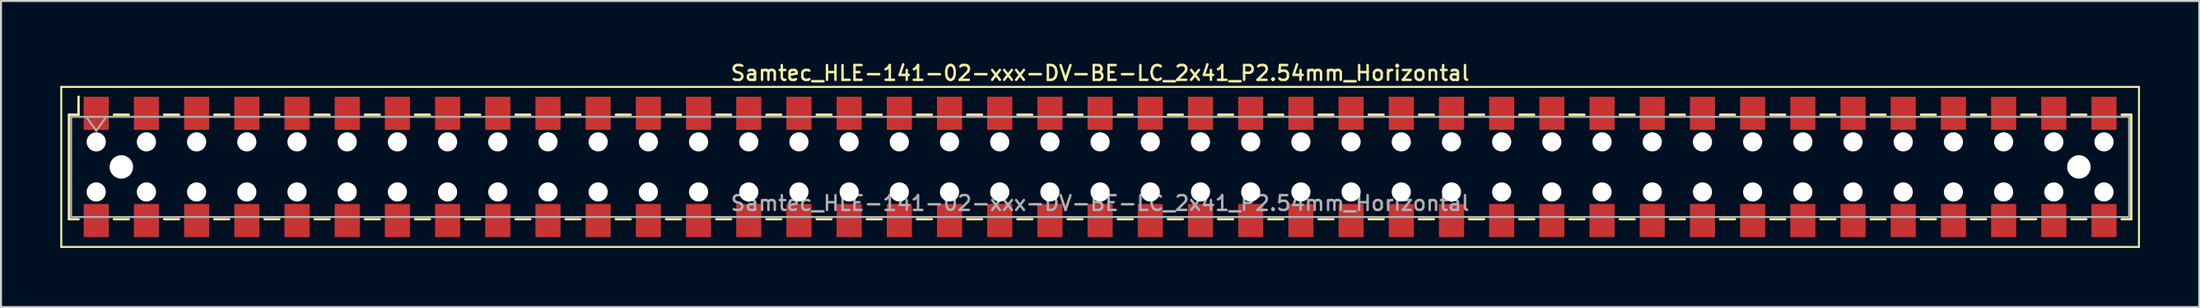
<source format=kicad_pcb>
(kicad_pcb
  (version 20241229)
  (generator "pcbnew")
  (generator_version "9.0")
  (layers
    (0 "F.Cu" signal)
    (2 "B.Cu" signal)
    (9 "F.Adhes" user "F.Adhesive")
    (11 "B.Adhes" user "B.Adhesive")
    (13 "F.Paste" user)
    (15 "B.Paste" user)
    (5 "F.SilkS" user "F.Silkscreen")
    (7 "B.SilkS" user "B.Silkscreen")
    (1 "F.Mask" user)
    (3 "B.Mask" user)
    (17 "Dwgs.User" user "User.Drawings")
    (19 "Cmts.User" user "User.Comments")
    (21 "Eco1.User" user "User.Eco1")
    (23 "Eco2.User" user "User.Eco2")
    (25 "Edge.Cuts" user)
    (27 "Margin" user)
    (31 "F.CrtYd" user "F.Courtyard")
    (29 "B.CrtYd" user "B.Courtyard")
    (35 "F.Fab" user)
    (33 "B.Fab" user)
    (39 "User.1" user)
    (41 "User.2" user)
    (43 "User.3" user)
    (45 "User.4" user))
  (footprint "Samtec_HLE-141-02-xxx-DV-BE-LC_2x41_P2.54mm_Horizontal"
    (layer "F.Cu")
    (at 52.62 5.418)
    (property "Reference" "Samtec_HLE-141-02-xxx-DV-BE-LC_2x41_P2.54mm_Horizontal" (at 0 -4.76 0) (layer "F.SilkS") (effects (font (size 0.75 0.75) (thickness 0.125))))
    (attr smd)
    (fp_line (start -52.57 -4.06) (end 52.57 -4.06) (stroke (width 0.1) (type solid)) (layer "F.SilkS"))
    (fp_line (start -52.57 4.06) (end -52.57 -4.06) (stroke (width 0.1) (type solid)) (layer "F.SilkS"))
    (fp_line (start -52.18 -2.65) (end -52.18 2.65) (stroke (width 0.12) (type solid)) (layer "F.SilkS"))
    (fp_line (start -52.18 2.65) (end -51.695 2.65) (stroke (width 0.12) (type solid)) (layer "F.SilkS"))
    (fp_line (start -51.695 -3.56) (end -51.695 -2.65) (stroke (width 0.12) (type solid)) (layer "F.SilkS"))
    (fp_line (start -51.695 -2.65) (end -52.18 -2.65) (stroke (width 0.12) (type solid)) (layer "F.SilkS"))
    (fp_line (start -49.905 -2.65) (end -49.155 -2.65) (stroke (width 0.12) (type solid)) (layer "F.SilkS"))
    (fp_line (start -49.905 2.65) (end -49.155 2.65) (stroke (width 0.12) (type solid)) (layer "F.SilkS"))
    (fp_line (start -47.365 -2.65) (end -46.615 -2.65) (stroke (width 0.12) (type solid)) (layer "F.SilkS"))
    (fp_line (start -47.365 2.65) (end -46.615 2.65) (stroke (width 0.12) (type solid)) (layer "F.SilkS"))
    (fp_line (start -44.825 -2.65) (end -44.075 -2.65) (stroke (width 0.12) (type solid)) (layer "F.SilkS"))
    (fp_line (start -44.825 2.65) (end -44.075 2.65) (stroke (width 0.12) (type solid)) (layer "F.SilkS"))
    (fp_line (start -42.285 -2.65) (end -41.535 -2.65) (stroke (width 0.12) (type solid)) (layer "F.SilkS"))
    (fp_line (start -42.285 2.65) (end -41.535 2.65) (stroke (width 0.12) (type solid)) (layer "F.SilkS"))
    (fp_line (start -39.745 -2.65) (end -38.995 -2.65) (stroke (width 0.12) (type solid)) (layer "F.SilkS"))
    (fp_line (start -39.745 2.65) (end -38.995 2.65) (stroke (width 0.12) (type solid)) (layer "F.SilkS"))
    (fp_line (start -37.205 -2.65) (end -36.455 -2.65) (stroke (width 0.12) (type solid)) (layer "F.SilkS"))
    (fp_line (start -37.205 2.65) (end -36.455 2.65) (stroke (width 0.12) (type solid)) (layer "F.SilkS"))
    (fp_line (start -34.665 -2.65) (end -33.915 -2.65) (stroke (width 0.12) (type solid)) (layer "F.SilkS"))
    (fp_line (start -34.665 2.65) (end -33.915 2.65) (stroke (width 0.12) (type solid)) (layer "F.SilkS"))
    (fp_line (start -32.125 -2.65) (end -31.375 -2.65) (stroke (width 0.12) (type solid)) (layer "F.SilkS"))
    (fp_line (start -32.125 2.65) (end -31.375 2.65) (stroke (width 0.12) (type solid)) (layer "F.SilkS"))
    (fp_line (start -29.585 -2.65) (end -28.835 -2.65) (stroke (width 0.12) (type solid)) (layer "F.SilkS"))
    (fp_line (start -29.585 2.65) (end -28.835 2.65) (stroke (width 0.12) (type solid)) (layer "F.SilkS"))
    (fp_line (start -27.045 -2.65) (end -26.295 -2.65) (stroke (width 0.12) (type solid)) (layer "F.SilkS"))
    (fp_line (start -27.045 2.65) (end -26.295 2.65) (stroke (width 0.12) (type solid)) (layer "F.SilkS"))
    (fp_line (start -24.505 -2.65) (end -23.755 -2.65) (stroke (width 0.12) (type solid)) (layer "F.SilkS"))
    (fp_line (start -24.505 2.65) (end -23.755 2.65) (stroke (width 0.12) (type solid)) (layer "F.SilkS"))
    (fp_line (start -21.965 -2.65) (end -21.215 -2.65) (stroke (width 0.12) (type solid)) (layer "F.SilkS"))
    (fp_line (start -21.965 2.65) (end -21.215 2.65) (stroke (width 0.12) (type solid)) (layer "F.SilkS"))
    (fp_line (start -19.425 -2.65) (end -18.675 -2.65) (stroke (width 0.12) (type solid)) (layer "F.SilkS"))
    (fp_line (start -19.425 2.65) (end -18.675 2.65) (stroke (width 0.12) (type solid)) (layer "F.SilkS"))
    (fp_line (start -16.885 -2.65) (end -16.135 -2.65) (stroke (width 0.12) (type solid)) (layer "F.SilkS"))
    (fp_line (start -16.885 2.65) (end -16.135 2.65) (stroke (width 0.12) (type solid)) (layer "F.SilkS"))
    (fp_line (start -14.345 -2.65) (end -13.595 -2.65) (stroke (width 0.12) (type solid)) (layer "F.SilkS"))
    (fp_line (start -14.345 2.65) (end -13.595 2.65) (stroke (width 0.12) (type solid)) (layer "F.SilkS"))
    (fp_line (start -11.805 -2.65) (end -11.055 -2.65) (stroke (width 0.12) (type solid)) (layer "F.SilkS"))
    (fp_line (start -11.805 2.65) (end -11.055 2.65) (stroke (width 0.12) (type solid)) (layer "F.SilkS"))
    (fp_line (start -9.265 -2.65) (end -8.515 -2.65) (stroke (width 0.12) (type solid)) (layer "F.SilkS"))
    (fp_line (start -9.265 2.65) (end -8.515 2.65) (stroke (width 0.12) (type solid)) (layer "F.SilkS"))
    (fp_line (start -6.725 -2.65) (end -5.975 -2.65) (stroke (width 0.12) (type solid)) (layer "F.SilkS"))
    (fp_line (start -6.725 2.65) (end -5.975 2.65) (stroke (width 0.12) (type solid)) (layer "F.SilkS"))
    (fp_line (start -4.185 -2.65) (end -3.435 -2.65) (stroke (width 0.12) (type solid)) (layer "F.SilkS"))
    (fp_line (start -4.185 2.65) (end -3.435 2.65) (stroke (width 0.12) (type solid)) (layer "F.SilkS"))
    (fp_line (start -1.645 -2.65) (end -0.895 -2.65) (stroke (width 0.12) (type solid)) (layer "F.SilkS"))
    (fp_line (start -1.645 2.65) (end -0.895 2.65) (stroke (width 0.12) (type solid)) (layer "F.SilkS"))
    (fp_line (start 0.895 -2.65) (end 1.645 -2.65) (stroke (width 0.12) (type solid)) (layer "F.SilkS"))
    (fp_line (start 0.895 2.65) (end 1.645 2.65) (stroke (width 0.12) (type solid)) (layer "F.SilkS"))
    (fp_line (start 3.435 -2.65) (end 4.185 -2.65) (stroke (width 0.12) (type solid)) (layer "F.SilkS"))
    (fp_line (start 3.435 2.65) (end 4.185 2.65) (stroke (width 0.12) (type solid)) (layer "F.SilkS"))
    (fp_line (start 5.975 -2.65) (end 6.725 -2.65) (stroke (width 0.12) (type solid)) (layer "F.SilkS"))
    (fp_line (start 5.975 2.65) (end 6.725 2.65) (stroke (width 0.12) (type solid)) (layer "F.SilkS"))
    (fp_line (start 8.515 -2.65) (end 9.265 -2.65) (stroke (width 0.12) (type solid)) (layer "F.SilkS"))
    (fp_line (start 8.515 2.65) (end 9.265 2.65) (stroke (width 0.12) (type solid)) (layer "F.SilkS"))
    (fp_line (start 11.055 -2.65) (end 11.805 -2.65) (stroke (width 0.12) (type solid)) (layer "F.SilkS"))
    (fp_line (start 11.055 2.65) (end 11.805 2.65) (stroke (width 0.12) (type solid)) (layer "F.SilkS"))
    (fp_line (start 13.595 -2.65) (end 14.345 -2.65) (stroke (width 0.12) (type solid)) (layer "F.SilkS"))
    (fp_line (start 13.595 2.65) (end 14.345 2.65) (stroke (width 0.12) (type solid)) (layer "F.SilkS"))
    (fp_line (start 16.135 -2.65) (end 16.885 -2.65) (stroke (width 0.12) (type solid)) (layer "F.SilkS"))
    (fp_line (start 16.135 2.65) (end 16.885 2.65) (stroke (width 0.12) (type solid)) (layer "F.SilkS"))
    (fp_line (start 18.675 -2.65) (end 19.425 -2.65) (stroke (width 0.12) (type solid)) (layer "F.SilkS"))
    (fp_line (start 18.675 2.65) (end 19.425 2.65) (stroke (width 0.12) (type solid)) (layer "F.SilkS"))
    (fp_line (start 21.215 -2.65) (end 21.965 -2.65) (stroke (width 0.12) (type solid)) (layer "F.SilkS"))
    (fp_line (start 21.215 2.65) (end 21.965 2.65) (stroke (width 0.12) (type solid)) (layer "F.SilkS"))
    (fp_line (start 23.755 -2.65) (end 24.505 -2.65) (stroke (width 0.12) (type solid)) (layer "F.SilkS"))
    (fp_line (start 23.755 2.65) (end 24.505 2.65) (stroke (width 0.12) (type solid)) (layer "F.SilkS"))
    (fp_line (start 26.295 -2.65) (end 27.045 -2.65) (stroke (width 0.12) (type solid)) (layer "F.SilkS"))
    (fp_line (start 26.295 2.65) (end 27.045 2.65) (stroke (width 0.12) (type solid)) (layer "F.SilkS"))
    (fp_line (start 28.835 -2.65) (end 29.585 -2.65) (stroke (width 0.12) (type solid)) (layer "F.SilkS"))
    (fp_line (start 28.835 2.65) (end 29.585 2.65) (stroke (width 0.12) (type solid)) (layer "F.SilkS"))
    (fp_line (start 31.375 -2.65) (end 32.125 -2.65) (stroke (width 0.12) (type solid)) (layer "F.SilkS"))
    (fp_line (start 31.375 2.65) (end 32.125 2.65) (stroke (width 0.12) (type solid)) (layer "F.SilkS"))
    (fp_line (start 33.915 -2.65) (end 34.665 -2.65) (stroke (width 0.12) (type solid)) (layer "F.SilkS"))
    (fp_line (start 33.915 2.65) (end 34.665 2.65) (stroke (width 0.12) (type solid)) (layer "F.SilkS"))
    (fp_line (start 36.455 -2.65) (end 37.205 -2.65) (stroke (width 0.12) (type solid)) (layer "F.SilkS"))
    (fp_line (start 36.455 2.65) (end 37.205 2.65) (stroke (width 0.12) (type solid)) (layer "F.SilkS"))
    (fp_line (start 38.995 -2.65) (end 39.745 -2.65) (stroke (width 0.12) (type solid)) (layer "F.SilkS"))
    (fp_line (start 38.995 2.65) (end 39.745 2.65) (stroke (width 0.12) (type solid)) (layer "F.SilkS"))
    (fp_line (start 41.535 -2.65) (end 42.285 -2.65) (stroke (width 0.12) (type solid)) (layer "F.SilkS"))
    (fp_line (start 41.535 2.65) (end 42.285 2.65) (stroke (width 0.12) (type solid)) (layer "F.SilkS"))
    (fp_line (start 44.075 -2.65) (end 44.825 -2.65) (stroke (width 0.12) (type solid)) (layer "F.SilkS"))
    (fp_line (start 44.075 2.65) (end 44.825 2.65) (stroke (width 0.12) (type solid)) (layer "F.SilkS"))
    (fp_line (start 46.615 -2.65) (end 47.365 -2.65) (stroke (width 0.12) (type solid)) (layer "F.SilkS"))
    (fp_line (start 46.615 2.65) (end 47.365 2.65) (stroke (width 0.12) (type solid)) (layer "F.SilkS"))
    (fp_line (start 49.155 -2.65) (end 49.905 -2.65) (stroke (width 0.12) (type solid)) (layer "F.SilkS"))
    (fp_line (start 49.155 2.65) (end 49.905 2.65) (stroke (width 0.12) (type solid)) (layer "F.SilkS"))
    (fp_line (start 51.695 -2.65) (end 52.18 -2.65) (stroke (width 0.12) (type solid)) (layer "F.SilkS"))
    (fp_line (start 52.18 -2.65) (end 52.18 2.65) (stroke (width 0.12) (type solid)) (layer "F.SilkS"))
    (fp_line (start 52.18 2.65) (end 51.695 2.65) (stroke (width 0.12) (type solid)) (layer "F.SilkS"))
    (fp_line (start 52.57 -4.06) (end 52.57 4.06) (stroke (width 0.1) (type solid)) (layer "F.SilkS"))
    (fp_line (start 52.57 4.06) (end -52.57 4.06) (stroke (width 0.1) (type solid)) (layer "F.SilkS"))
    (fp_line (start -52.07 -2.54) (end 52.07 -2.54) (stroke (width 0.1) (type solid)) (layer "F.Fab"))
    (fp_line (start -52.07 2.54) (end -52.07 -2.54) (stroke (width 0.1) (type solid)) (layer "F.Fab"))
    (fp_line (start -51.3 -2.54) (end -50.8 -1.833) (stroke (width 0.1) (type solid)) (layer "F.Fab"))
    (fp_line (start -50.8 -1.833) (end -50.3 -2.54) (stroke (width 0.1) (type solid)) (layer "F.Fab"))
    (fp_line (start 52.07 -2.54) (end 52.07 2.54) (stroke (width 0.1) (type solid)) (layer "F.Fab"))
    (fp_line (start 52.07 2.54) (end -52.07 2.54) (stroke (width 0.1) (type solid)) (layer "F.Fab"))
    (fp_text user "${REFERENCE}" (at 0 1.84 0) (layer "F.Fab") (effects (font (size 0.75 0.75) (thickness 0.125))))
    (pad "" np_thru_hole circle (at -50.8 -1.27) (size 0.97 0.97) (drill 0.97) (layers "*.Cu" "*.Mask"))
    (pad "" np_thru_hole circle (at -50.8 1.27) (size 0.97 0.97) (drill 0.97) (layers "*.Cu" "*.Mask"))
    (pad "" np_thru_hole circle (at -49.53 0) (size 1.19 1.19) (drill 1.19) (layers "*.Cu" "*.Mask"))
    (pad "" np_thru_hole circle (at -48.26 -1.27) (size 0.97 0.97) (drill 0.97) (layers "*.Cu" "*.Mask"))
    (pad "" np_thru_hole circle (at -48.26 1.27) (size 0.97 0.97) (drill 0.97) (layers "*.Cu" "*.Mask"))
    (pad "" np_thru_hole circle (at -45.72 -1.27) (size 0.97 0.97) (drill 0.97) (layers "*.Cu" "*.Mask"))
    (pad "" np_thru_hole circle (at -45.72 1.27) (size 0.97 0.97) (drill 0.97) (layers "*.Cu" "*.Mask"))
    (pad "" np_thru_hole circle (at -43.18 -1.27) (size 0.97 0.97) (drill 0.97) (layers "*.Cu" "*.Mask"))
    (pad "" np_thru_hole circle (at -43.18 1.27) (size 0.97 0.97) (drill 0.97) (layers "*.Cu" "*.Mask"))
    (pad "" np_thru_hole circle (at -40.64 -1.27) (size 0.97 0.97) (drill 0.97) (layers "*.Cu" "*.Mask"))
    (pad "" np_thru_hole circle (at -40.64 1.27) (size 0.97 0.97) (drill 0.97) (layers "*.Cu" "*.Mask"))
    (pad "" np_thru_hole circle (at -38.1 -1.27) (size 0.97 0.97) (drill 0.97) (layers "*.Cu" "*.Mask"))
    (pad "" np_thru_hole circle (at -38.1 1.27) (size 0.97 0.97) (drill 0.97) (layers "*.Cu" "*.Mask"))
    (pad "" np_thru_hole circle (at -35.56 -1.27) (size 0.97 0.97) (drill 0.97) (layers "*.Cu" "*.Mask"))
    (pad "" np_thru_hole circle (at -35.56 1.27) (size 0.97 0.97) (drill 0.97) (layers "*.Cu" "*.Mask"))
    (pad "" np_thru_hole circle (at -33.02 -1.27) (size 0.97 0.97) (drill 0.97) (layers "*.Cu" "*.Mask"))
    (pad "" np_thru_hole circle (at -33.02 1.27) (size 0.97 0.97) (drill 0.97) (layers "*.Cu" "*.Mask"))
    (pad "" np_thru_hole circle (at -30.48 -1.27) (size 0.97 0.97) (drill 0.97) (layers "*.Cu" "*.Mask"))
    (pad "" np_thru_hole circle (at -30.48 1.27) (size 0.97 0.97) (drill 0.97) (layers "*.Cu" "*.Mask"))
    (pad "" np_thru_hole circle (at -27.94 -1.27) (size 0.97 0.97) (drill 0.97) (layers "*.Cu" "*.Mask"))
    (pad "" np_thru_hole circle (at -27.94 1.27) (size 0.97 0.97) (drill 0.97) (layers "*.Cu" "*.Mask"))
    (pad "" np_thru_hole circle (at -25.4 -1.27) (size 0.97 0.97) (drill 0.97) (layers "*.Cu" "*.Mask"))
    (pad "" np_thru_hole circle (at -25.4 1.27) (size 0.97 0.97) (drill 0.97) (layers "*.Cu" "*.Mask"))
    (pad "" np_thru_hole circle (at -22.86 -1.27) (size 0.97 0.97) (drill 0.97) (layers "*.Cu" "*.Mask"))
    (pad "" np_thru_hole circle (at -22.86 1.27) (size 0.97 0.97) (drill 0.97) (layers "*.Cu" "*.Mask"))
    (pad "" np_thru_hole circle (at -20.32 -1.27) (size 0.97 0.97) (drill 0.97) (layers "*.Cu" "*.Mask"))
    (pad "" np_thru_hole circle (at -20.32 1.27) (size 0.97 0.97) (drill 0.97) (layers "*.Cu" "*.Mask"))
    (pad "" np_thru_hole circle (at -17.78 -1.27) (size 0.97 0.97) (drill 0.97) (layers "*.Cu" "*.Mask"))
    (pad "" np_thru_hole circle (at -17.78 1.27) (size 0.97 0.97) (drill 0.97) (layers "*.Cu" "*.Mask"))
    (pad "" np_thru_hole circle (at -15.24 -1.27) (size 0.97 0.97) (drill 0.97) (layers "*.Cu" "*.Mask"))
    (pad "" np_thru_hole circle (at -15.24 1.27) (size 0.97 0.97) (drill 0.97) (layers "*.Cu" "*.Mask"))
    (pad "" np_thru_hole circle (at -12.7 -1.27) (size 0.97 0.97) (drill 0.97) (layers "*.Cu" "*.Mask"))
    (pad "" np_thru_hole circle (at -12.7 1.27) (size 0.97 0.97) (drill 0.97) (layers "*.Cu" "*.Mask"))
    (pad "" np_thru_hole circle (at -10.16 -1.27) (size 0.97 0.97) (drill 0.97) (layers "*.Cu" "*.Mask"))
    (pad "" np_thru_hole circle (at -10.16 1.27) (size 0.97 0.97) (drill 0.97) (layers "*.Cu" "*.Mask"))
    (pad "" np_thru_hole circle (at -7.62 -1.27) (size 0.97 0.97) (drill 0.97) (layers "*.Cu" "*.Mask"))
    (pad "" np_thru_hole circle (at -7.62 1.27) (size 0.97 0.97) (drill 0.97) (layers "*.Cu" "*.Mask"))
    (pad "" np_thru_hole circle (at -5.08 -1.27) (size 0.97 0.97) (drill 0.97) (layers "*.Cu" "*.Mask"))
    (pad "" np_thru_hole circle (at -5.08 1.27) (size 0.97 0.97) (drill 0.97) (layers "*.Cu" "*.Mask"))
    (pad "" np_thru_hole circle (at -2.54 -1.27) (size 0.97 0.97) (drill 0.97) (layers "*.Cu" "*.Mask"))
    (pad "" np_thru_hole circle (at -2.54 1.27) (size 0.97 0.97) (drill 0.97) (layers "*.Cu" "*.Mask"))
    (pad "" np_thru_hole circle (at 0 -1.27) (size 0.97 0.97) (drill 0.97) (layers "*.Cu" "*.Mask"))
    (pad "" np_thru_hole circle (at 0 1.27) (size 0.97 0.97) (drill 0.97) (layers "*.Cu" "*.Mask"))
    (pad "" np_thru_hole circle (at 2.54 -1.27) (size 0.97 0.97) (drill 0.97) (layers "*.Cu" "*.Mask"))
    (pad "" np_thru_hole circle (at 2.54 1.27) (size 0.97 0.97) (drill 0.97) (layers "*.Cu" "*.Mask"))
    (pad "" np_thru_hole circle (at 5.08 -1.27) (size 0.97 0.97) (drill 0.97) (layers "*.Cu" "*.Mask"))
    (pad "" np_thru_hole circle (at 5.08 1.27) (size 0.97 0.97) (drill 0.97) (layers "*.Cu" "*.Mask"))
    (pad "" np_thru_hole circle (at 7.62 -1.27) (size 0.97 0.97) (drill 0.97) (layers "*.Cu" "*.Mask"))
    (pad "" np_thru_hole circle (at 7.62 1.27) (size 0.97 0.97) (drill 0.97) (layers "*.Cu" "*.Mask"))
    (pad "" np_thru_hole circle (at 10.16 -1.27) (size 0.97 0.97) (drill 0.97) (layers "*.Cu" "*.Mask"))
    (pad "" np_thru_hole circle (at 10.16 1.27) (size 0.97 0.97) (drill 0.97) (layers "*.Cu" "*.Mask"))
    (pad "" np_thru_hole circle (at 12.7 -1.27) (size 0.97 0.97) (drill 0.97) (layers "*.Cu" "*.Mask"))
    (pad "" np_thru_hole circle (at 12.7 1.27) (size 0.97 0.97) (drill 0.97) (layers "*.Cu" "*.Mask"))
    (pad "" np_thru_hole circle (at 15.24 -1.27) (size 0.97 0.97) (drill 0.97) (layers "*.Cu" "*.Mask"))
    (pad "" np_thru_hole circle (at 15.24 1.27) (size 0.97 0.97) (drill 0.97) (layers "*.Cu" "*.Mask"))
    (pad "" np_thru_hole circle (at 17.78 -1.27) (size 0.97 0.97) (drill 0.97) (layers "*.Cu" "*.Mask"))
    (pad "" np_thru_hole circle (at 17.78 1.27) (size 0.97 0.97) (drill 0.97) (layers "*.Cu" "*.Mask"))
    (pad "" np_thru_hole circle (at 20.32 -1.27) (size 0.97 0.97) (drill 0.97) (layers "*.Cu" "*.Mask"))
    (pad "" np_thru_hole circle (at 20.32 1.27) (size 0.97 0.97) (drill 0.97) (layers "*.Cu" "*.Mask"))
    (pad "" np_thru_hole circle (at 22.86 -1.27) (size 0.97 0.97) (drill 0.97) (layers "*.Cu" "*.Mask"))
    (pad "" np_thru_hole circle (at 22.86 1.27) (size 0.97 0.97) (drill 0.97) (layers "*.Cu" "*.Mask"))
    (pad "" np_thru_hole circle (at 25.4 -1.27) (size 0.97 0.97) (drill 0.97) (layers "*.Cu" "*.Mask"))
    (pad "" np_thru_hole circle (at 25.4 1.27) (size 0.97 0.97) (drill 0.97) (layers "*.Cu" "*.Mask"))
    (pad "" np_thru_hole circle (at 27.94 -1.27) (size 0.97 0.97) (drill 0.97) (layers "*.Cu" "*.Mask"))
    (pad "" np_thru_hole circle (at 27.94 1.27) (size 0.97 0.97) (drill 0.97) (layers "*.Cu" "*.Mask"))
    (pad "" np_thru_hole circle (at 30.48 -1.27) (size 0.97 0.97) (drill 0.97) (layers "*.Cu" "*.Mask"))
    (pad "" np_thru_hole circle (at 30.48 1.27) (size 0.97 0.97) (drill 0.97) (layers "*.Cu" "*.Mask"))
    (pad "" np_thru_hole circle (at 33.02 -1.27) (size 0.97 0.97) (drill 0.97) (layers "*.Cu" "*.Mask"))
    (pad "" np_thru_hole circle (at 33.02 1.27) (size 0.97 0.97) (drill 0.97) (layers "*.Cu" "*.Mask"))
    (pad "" np_thru_hole circle (at 35.56 -1.27) (size 0.97 0.97) (drill 0.97) (layers "*.Cu" "*.Mask"))
    (pad "" np_thru_hole circle (at 35.56 1.27) (size 0.97 0.97) (drill 0.97) (layers "*.Cu" "*.Mask"))
    (pad "" np_thru_hole circle (at 38.1 -1.27) (size 0.97 0.97) (drill 0.97) (layers "*.Cu" "*.Mask"))
    (pad "" np_thru_hole circle (at 38.1 1.27) (size 0.97 0.97) (drill 0.97) (layers "*.Cu" "*.Mask"))
    (pad "" np_thru_hole circle (at 40.64 -1.27) (size 0.97 0.97) (drill 0.97) (layers "*.Cu" "*.Mask"))
    (pad "" np_thru_hole circle (at 40.64 1.27) (size 0.97 0.97) (drill 0.97) (layers "*.Cu" "*.Mask"))
    (pad "" np_thru_hole circle (at 43.18 -1.27) (size 0.97 0.97) (drill 0.97) (layers "*.Cu" "*.Mask"))
    (pad "" np_thru_hole circle (at 43.18 1.27) (size 0.97 0.97) (drill 0.97) (layers "*.Cu" "*.Mask"))
    (pad "" np_thru_hole circle (at 45.72 -1.27) (size 0.97 0.97) (drill 0.97) (layers "*.Cu" "*.Mask"))
    (pad "" np_thru_hole circle (at 45.72 1.27) (size 0.97 0.97) (drill 0.97) (layers "*.Cu" "*.Mask"))
    (pad "" np_thru_hole circle (at 48.26 -1.27) (size 0.97 0.97) (drill 0.97) (layers "*.Cu" "*.Mask"))
    (pad "" np_thru_hole circle (at 48.26 1.27) (size 0.97 0.97) (drill 0.97) (layers "*.Cu" "*.Mask"))
    (pad "" np_thru_hole circle (at 49.53 0) (size 1.19 1.19) (drill 1.19) (layers "*.Cu" "*.Mask"))
    (pad "" np_thru_hole circle (at 50.8 -1.27) (size 0.97 0.97) (drill 0.97) (layers "*.Cu" "*.Mask"))
    (pad "" np_thru_hole circle (at 50.8 1.27) (size 0.97 0.97) (drill 0.97) (layers "*.Cu" "*.Mask"))
    (pad "1" smd rect (at -50.8 -2.72) (size 1.27 1.68) (layers "F.Cu" "F.Mask" "F.Paste"))
    (pad "2" smd rect (at -50.8 2.72) (size 1.27 1.68) (layers "F.Cu" "F.Mask" "F.Paste"))
    (pad "3" smd rect (at -48.26 -2.72) (size 1.27 1.68) (layers "F.Cu" "F.Mask" "F.Paste"))
    (pad "4" smd rect (at -48.26 2.72) (size 1.27 1.68) (layers "F.Cu" "F.Mask" "F.Paste"))
    (pad "5" smd rect (at -45.72 -2.72) (size 1.27 1.68) (layers "F.Cu" "F.Mask" "F.Paste"))
    (pad "6" smd rect (at -45.72 2.72) (size 1.27 1.68) (layers "F.Cu" "F.Mask" "F.Paste"))
    (pad "7" smd rect (at -43.18 -2.72) (size 1.27 1.68) (layers "F.Cu" "F.Mask" "F.Paste"))
    (pad "8" smd rect (at -43.18 2.72) (size 1.27 1.68) (layers "F.Cu" "F.Mask" "F.Paste"))
    (pad "9" smd rect (at -40.64 -2.72) (size 1.27 1.68) (layers "F.Cu" "F.Mask" "F.Paste"))
    (pad "10" smd rect (at -40.64 2.72) (size 1.27 1.68) (layers "F.Cu" "F.Mask" "F.Paste"))
    (pad "11" smd rect (at -38.1 -2.72) (size 1.27 1.68) (layers "F.Cu" "F.Mask" "F.Paste"))
    (pad "12" smd rect (at -38.1 2.72) (size 1.27 1.68) (layers "F.Cu" "F.Mask" "F.Paste"))
    (pad "13" smd rect (at -35.56 -2.72) (size 1.27 1.68) (layers "F.Cu" "F.Mask" "F.Paste"))
    (pad "14" smd rect (at -35.56 2.72) (size 1.27 1.68) (layers "F.Cu" "F.Mask" "F.Paste"))
    (pad "15" smd rect (at -33.02 -2.72) (size 1.27 1.68) (layers "F.Cu" "F.Mask" "F.Paste"))
    (pad "16" smd rect (at -33.02 2.72) (size 1.27 1.68) (layers "F.Cu" "F.Mask" "F.Paste"))
    (pad "17" smd rect (at -30.48 -2.72) (size 1.27 1.68) (layers "F.Cu" "F.Mask" "F.Paste"))
    (pad "18" smd rect (at -30.48 2.72) (size 1.27 1.68) (layers "F.Cu" "F.Mask" "F.Paste"))
    (pad "19" smd rect (at -27.94 -2.72) (size 1.27 1.68) (layers "F.Cu" "F.Mask" "F.Paste"))
    (pad "20" smd rect (at -27.94 2.72) (size 1.27 1.68) (layers "F.Cu" "F.Mask" "F.Paste"))
    (pad "21" smd rect (at -25.4 -2.72) (size 1.27 1.68) (layers "F.Cu" "F.Mask" "F.Paste"))
    (pad "22" smd rect (at -25.4 2.72) (size 1.27 1.68) (layers "F.Cu" "F.Mask" "F.Paste"))
    (pad "23" smd rect (at -22.86 -2.72) (size 1.27 1.68) (layers "F.Cu" "F.Mask" "F.Paste"))
    (pad "24" smd rect (at -22.86 2.72) (size 1.27 1.68) (layers "F.Cu" "F.Mask" "F.Paste"))
    (pad "25" smd rect (at -20.32 -2.72) (size 1.27 1.68) (layers "F.Cu" "F.Mask" "F.Paste"))
    (pad "26" smd rect (at -20.32 2.72) (size 1.27 1.68) (layers "F.Cu" "F.Mask" "F.Paste"))
    (pad "27" smd rect (at -17.78 -2.72) (size 1.27 1.68) (layers "F.Cu" "F.Mask" "F.Paste"))
    (pad "28" smd rect (at -17.78 2.72) (size 1.27 1.68) (layers "F.Cu" "F.Mask" "F.Paste"))
    (pad "29" smd rect (at -15.24 -2.72) (size 1.27 1.68) (layers "F.Cu" "F.Mask" "F.Paste"))
    (pad "30" smd rect (at -15.24 2.72) (size 1.27 1.68) (layers "F.Cu" "F.Mask" "F.Paste"))
    (pad "31" smd rect (at -12.7 -2.72) (size 1.27 1.68) (layers "F.Cu" "F.Mask" "F.Paste"))
    (pad "32" smd rect (at -12.7 2.72) (size 1.27 1.68) (layers "F.Cu" "F.Mask" "F.Paste"))
    (pad "33" smd rect (at -10.16 -2.72) (size 1.27 1.68) (layers "F.Cu" "F.Mask" "F.Paste"))
    (pad "34" smd rect (at -10.16 2.72) (size 1.27 1.68) (layers "F.Cu" "F.Mask" "F.Paste"))
    (pad "35" smd rect (at -7.62 -2.72) (size 1.27 1.68) (layers "F.Cu" "F.Mask" "F.Paste"))
    (pad "36" smd rect (at -7.62 2.72) (size 1.27 1.68) (layers "F.Cu" "F.Mask" "F.Paste"))
    (pad "37" smd rect (at -5.08 -2.72) (size 1.27 1.68) (layers "F.Cu" "F.Mask" "F.Paste"))
    (pad "38" smd rect (at -5.08 2.72) (size 1.27 1.68) (layers "F.Cu" "F.Mask" "F.Paste"))
    (pad "39" smd rect (at -2.54 -2.72) (size 1.27 1.68) (layers "F.Cu" "F.Mask" "F.Paste"))
    (pad "40" smd rect (at -2.54 2.72) (size 1.27 1.68) (layers "F.Cu" "F.Mask" "F.Paste"))
    (pad "41" smd rect (at 0 -2.72) (size 1.27 1.68) (layers "F.Cu" "F.Mask" "F.Paste"))
    (pad "42" smd rect (at 0 2.72) (size 1.27 1.68) (layers "F.Cu" "F.Mask" "F.Paste"))
    (pad "43" smd rect (at 2.54 -2.72) (size 1.27 1.68) (layers "F.Cu" "F.Mask" "F.Paste"))
    (pad "44" smd rect (at 2.54 2.72) (size 1.27 1.68) (layers "F.Cu" "F.Mask" "F.Paste"))
    (pad "45" smd rect (at 5.08 -2.72) (size 1.27 1.68) (layers "F.Cu" "F.Mask" "F.Paste"))
    (pad "46" smd rect (at 5.08 2.72) (size 1.27 1.68) (layers "F.Cu" "F.Mask" "F.Paste"))
    (pad "47" smd rect (at 7.62 -2.72) (size 1.27 1.68) (layers "F.Cu" "F.Mask" "F.Paste"))
    (pad "48" smd rect (at 7.62 2.72) (size 1.27 1.68) (layers "F.Cu" "F.Mask" "F.Paste"))
    (pad "49" smd rect (at 10.16 -2.72) (size 1.27 1.68) (layers "F.Cu" "F.Mask" "F.Paste"))
    (pad "50" smd rect (at 10.16 2.72) (size 1.27 1.68) (layers "F.Cu" "F.Mask" "F.Paste"))
    (pad "51" smd rect (at 12.7 -2.72) (size 1.27 1.68) (layers "F.Cu" "F.Mask" "F.Paste"))
    (pad "52" smd rect (at 12.7 2.72) (size 1.27 1.68) (layers "F.Cu" "F.Mask" "F.Paste"))
    (pad "53" smd rect (at 15.24 -2.72) (size 1.27 1.68) (layers "F.Cu" "F.Mask" "F.Paste"))
    (pad "54" smd rect (at 15.24 2.72) (size 1.27 1.68) (layers "F.Cu" "F.Mask" "F.Paste"))
    (pad "55" smd rect (at 17.78 -2.72) (size 1.27 1.68) (layers "F.Cu" "F.Mask" "F.Paste"))
    (pad "56" smd rect (at 17.78 2.72) (size 1.27 1.68) (layers "F.Cu" "F.Mask" "F.Paste"))
    (pad "57" smd rect (at 20.32 -2.72) (size 1.27 1.68) (layers "F.Cu" "F.Mask" "F.Paste"))
    (pad "58" smd rect (at 20.32 2.72) (size 1.27 1.68) (layers "F.Cu" "F.Mask" "F.Paste"))
    (pad "59" smd rect (at 22.86 -2.72) (size 1.27 1.68) (layers "F.Cu" "F.Mask" "F.Paste"))
    (pad "60" smd rect (at 22.86 2.72) (size 1.27 1.68) (layers "F.Cu" "F.Mask" "F.Paste"))
    (pad "61" smd rect (at 25.4 -2.72) (size 1.27 1.68) (layers "F.Cu" "F.Mask" "F.Paste"))
    (pad "62" smd rect (at 25.4 2.72) (size 1.27 1.68) (layers "F.Cu" "F.Mask" "F.Paste"))
    (pad "63" smd rect (at 27.94 -2.72) (size 1.27 1.68) (layers "F.Cu" "F.Mask" "F.Paste"))
    (pad "64" smd rect (at 27.94 2.72) (size 1.27 1.68) (layers "F.Cu" "F.Mask" "F.Paste"))
    (pad "65" smd rect (at 30.48 -2.72) (size 1.27 1.68) (layers "F.Cu" "F.Mask" "F.Paste"))
    (pad "66" smd rect (at 30.48 2.72) (size 1.27 1.68) (layers "F.Cu" "F.Mask" "F.Paste"))
    (pad "67" smd rect (at 33.02 -2.72) (size 1.27 1.68) (layers "F.Cu" "F.Mask" "F.Paste"))
    (pad "68" smd rect (at 33.02 2.72) (size 1.27 1.68) (layers "F.Cu" "F.Mask" "F.Paste"))
    (pad "69" smd rect (at 35.56 -2.72) (size 1.27 1.68) (layers "F.Cu" "F.Mask" "F.Paste"))
    (pad "70" smd rect (at 35.56 2.72) (size 1.27 1.68) (layers "F.Cu" "F.Mask" "F.Paste"))
    (pad "71" smd rect (at 38.1 -2.72) (size 1.27 1.68) (layers "F.Cu" "F.Mask" "F.Paste"))
    (pad "72" smd rect (at 38.1 2.72) (size 1.27 1.68) (layers "F.Cu" "F.Mask" "F.Paste"))
    (pad "73" smd rect (at 40.64 -2.72) (size 1.27 1.68) (layers "F.Cu" "F.Mask" "F.Paste"))
    (pad "74" smd rect (at 40.64 2.72) (size 1.27 1.68) (layers "F.Cu" "F.Mask" "F.Paste"))
    (pad "75" smd rect (at 43.18 -2.72) (size 1.27 1.68) (layers "F.Cu" "F.Mask" "F.Paste"))
    (pad "76" smd rect (at 43.18 2.72) (size 1.27 1.68) (layers "F.Cu" "F.Mask" "F.Paste"))
    (pad "77" smd rect (at 45.72 -2.72) (size 1.27 1.68) (layers "F.Cu" "F.Mask" "F.Paste"))
    (pad "78" smd rect (at 45.72 2.72) (size 1.27 1.68) (layers "F.Cu" "F.Mask" "F.Paste"))
    (pad "79" smd rect (at 48.26 -2.72) (size 1.27 1.68) (layers "F.Cu" "F.Mask" "F.Paste"))
    (pad "80" smd rect (at 48.26 2.72) (size 1.27 1.68) (layers "F.Cu" "F.Mask" "F.Paste"))
    (pad "81" smd rect (at 50.8 -2.72) (size 1.27 1.68) (layers "F.Cu" "F.Mask" "F.Paste"))
    (pad "82" smd rect (at 50.8 2.72) (size 1.27 1.68) (layers "F.Cu" "F.Mask" "F.Paste")))
  (gr_rect
    (start -3 -3)
    (end 108.24 12.528)
    (stroke (width 0.1) (type default))
    (fill no)
    (layer "Edge.Cuts")))
</source>
